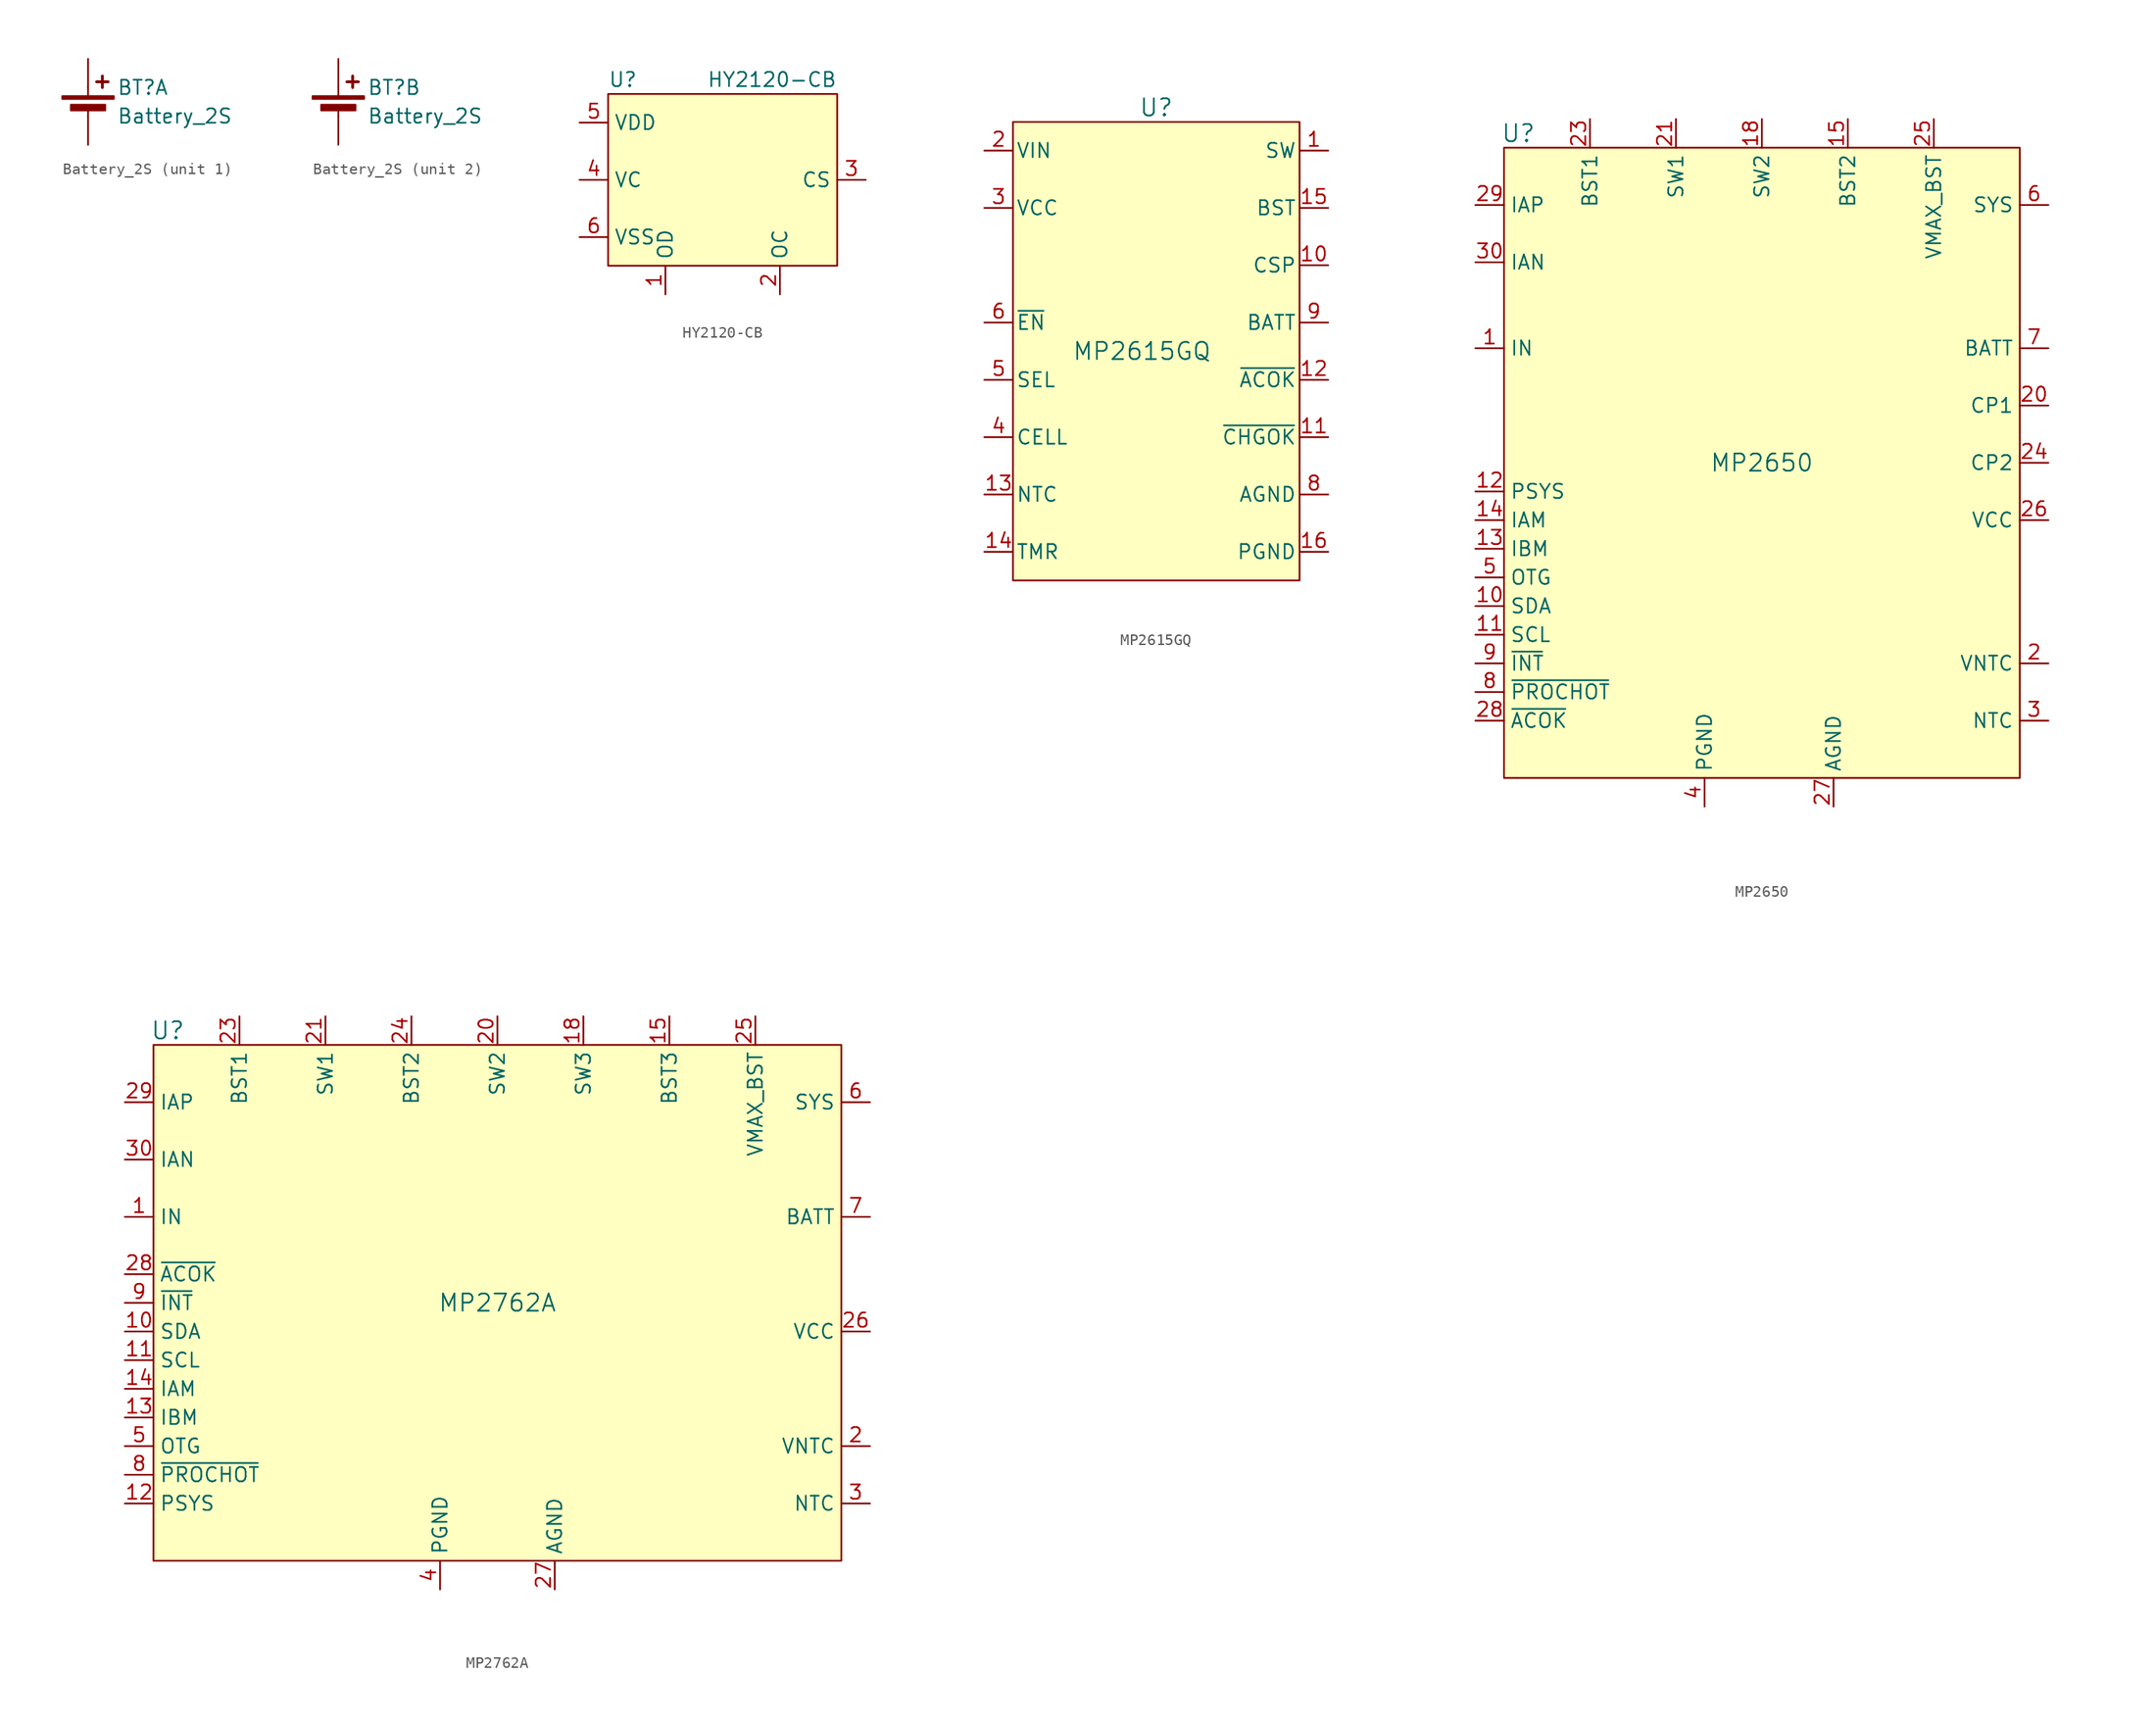
<source format=kicad_sym>
(kicad_symbol_lib
  (version 20220914)
  (generator kicad_symbol_editor)
  (symbol "Battery_2S"
    (pin_numbers hide)
    (pin_names
      (offset 0) hide)
    (property "Reference" "BT"
      (at 2.54 2.54 0)
      (effects (font (size 1.27 1.27)) (justify left)))
    (property "Value" "Battery_2S"
      (at 2.54 0 0)
      (effects (font (size 1.27 1.27)) (justify left)))
    (symbol "Battery_2S_0_1"
      (rectangle (start -2.286 1.778) (end 2.286 1.524) (stroke (width 0) (type default)) (fill (type outline)))
      (rectangle (start -1.524 1.016) (end 1.524 0.508) (stroke (width 0) (type default)) (fill (type outline)))
      (polyline (pts (xy 0 0.762) (xy 0 0)) (stroke (width 0) (type default)) (fill (type none)))
      (polyline (pts (xy 0 1.778) (xy 0 2.54)) (stroke (width 0) (type default)) (fill (type none)))
      (polyline (pts (xy 0.762 3.048) (xy 1.778 3.048)) (stroke (width 0.254) (type default)) (fill (type none)))
      (polyline (pts (xy 1.27 3.556) (xy 1.27 2.54)) (stroke (width 0.254) (type default)) (fill (type none))))
    (symbol "Battery_2S_1_1"
      (pin passive line (at 0 5.08 270) (length 2.54) (name "+" (effects (font (size 1.27 1.27)))) (number "1" (effects (font (size 1.27 1.27)))))
      (pin passive line (at 0 -2.54 90) (length 2.54) (name "-" (effects (font (size 1.27 1.27)))) (number "2" (effects (font (size 1.27 1.27))))))
    (symbol "Battery_2S_2_1"
      (pin passive line (at 0 5.08 270) (length 2.54) (name "+" (effects (font (size 1.27 1.27)))) (number "3" (effects (font (size 1.27 1.27)))))
      (pin passive line (at 0 -2.54 90) (length 2.54) (name "-" (effects (font (size 1.27 1.27)))) (number "4" (effects (font (size 1.27 1.27)))))))
  (symbol "HY2120-CB"
    (property "Reference" "U"
      (at -10.16 8.89 0)
      (effects (font (size 1.27 1.27)) (justify left)))
    (property "Value" "HY2120-CB"
      (at 10.16 8.89 0)
      (effects (font (size 1.27 1.27)) (justify right)))
    (symbol "HY2120-CB_1_1"
      (rectangle (start -10.16 7.62) (end 10.16 -7.62) (stroke (width 0) (type default)) (fill (type background)))
      (pin output line (at -5.08 -10.16 90) (length 2.54) (name "OD" (effects (font (size 1.27 1.27)))) (number "1" (effects (font (size 1.27 1.27)))))
      (pin output line (at 5.08 -10.16 90) (length 2.54) (name "OC" (effects (font (size 1.27 1.27)))) (number "2" (effects (font (size 1.27 1.27)))))
      (pin input line (at 12.7 0 180) (length 2.54) (name "CS" (effects (font (size 1.27 1.27)))) (number "3" (effects (font (size 1.27 1.27)))))
      (pin input line (at -12.7 0 0) (length 2.54) (name "VC" (effects (font (size 1.27 1.27)))) (number "4" (effects (font (size 1.27 1.27)))))
      (pin input line (at -12.7 5.08 0) (length 2.54) (name "VDD" (effects (font (size 1.27 1.27)))) (number "5" (effects (font (size 1.27 1.27)))))
      (pin input line (at -12.7 -5.08 0) (length 2.54) (name "VSS" (effects (font (size 1.27 1.27)))) (number "6" (effects (font (size 1.27 1.27)))))))
  (symbol "MP2615GQ"
    (pin_names
      (offset 0.254))
    (property "Reference" "U"
      (at 0 21.59 0)
      (effects (font (size 1.524 1.524))))
    (property "Value" "MP2615GQ"
      (at -1.27 0 0)
      (do_not_autoplace)
      (effects (font (size 1.524 1.524))))
    (symbol "MP2615GQ_1_1"
      (rectangle (start -12.7 20.32) (end 12.7 -20.32) (stroke (width 0) (type default)) (fill (type background)))
      (pin output line (at 15.24 17.78 180) (length 2.54) (name "SW" (effects (font (size 1.27 1.27)))) (number "1" (effects (font (size 1.27 1.27)))))
      (pin input line (at 15.24 7.62 180) (length 2.54) (name "CSP" (effects (font (size 1.27 1.27)))) (number "10" (effects (font (size 1.27 1.27)))))
      (pin open_collector line (at 15.24 -7.62 180) (length 2.54) (name "~{CHGOK}" (effects (font (size 1.27 1.27)))) (number "11" (effects (font (size 1.27 1.27)))))
      (pin open_collector line (at 15.24 -2.54 180) (length 2.54) (name "~{ACOK}" (effects (font (size 1.27 1.27)))) (number "12" (effects (font (size 1.27 1.27)))))
      (pin input line (at -15.24 -12.7 0) (length 2.54) (name "NTC" (effects (font (size 1.27 1.27)))) (number "13" (effects (font (size 1.27 1.27)))))
      (pin passive line (at -15.24 -17.78 0) (length 2.54) (name "TMR" (effects (font (size 1.27 1.27)))) (number "14" (effects (font (size 1.27 1.27)))))
      (pin passive line (at 15.24 12.7 180) (length 2.54) (name "BST" (effects (font (size 1.27 1.27)))) (number "15" (effects (font (size 1.27 1.27)))))
      (pin power_in line (at 15.24 -17.78 180) (length 2.54) (name "PGND" (effects (font (size 1.27 1.27)))) (number "16" (effects (font (size 1.27 1.27)))))
      (pin power_in line (at -15.24 17.78 0) (length 2.54) (name "VIN" (effects (font (size 1.27 1.27)))) (number "2" (effects (font (size 1.27 1.27)))))
      (pin power_out line (at -15.24 12.7 0) (length 2.54) (name "VCC" (effects (font (size 1.27 1.27)))) (number "3" (effects (font (size 1.27 1.27)))))
      (pin input line (at -15.24 -7.62 0) (length 2.54) (name "CELL" (effects (font (size 1.27 1.27)))) (number "4" (effects (font (size 1.27 1.27)))))
      (pin input line (at -15.24 -2.54 0) (length 2.54) (name "SEL" (effects (font (size 1.27 1.27)))) (number "5" (effects (font (size 1.27 1.27)))))
      (pin bidirectional line (at -15.24 2.54 0) (length 2.54) (name "~{EN}" (effects (font (size 1.27 1.27)))) (number "6" (effects (font (size 1.27 1.27)))))
      (pin no_connect line (at 0 -20.32 90) (length 0) hide (name "NC" (effects (font (size 1.27 1.27)))) (number "7" (effects (font (size 1.27 1.27)))))
      (pin power_in line (at 15.24 -12.7 180) (length 2.54) (name "AGND" (effects (font (size 1.27 1.27)))) (number "8" (effects (font (size 1.27 1.27)))))
      (pin power_in line (at 15.24 2.54 180) (length 2.54) (name "BATT" (effects (font (size 1.27 1.27)))) (number "9" (effects (font (size 1.27 1.27)))))))
  (symbol "MP2650"
    (property "Reference" "U"
      (at -21.59 29.21 0)
      (effects (font (size 1.524 1.524))))
    (property "Value" "MP2650"
      (at 0 0 0)
      (do_not_autoplace)
      (effects (font (size 1.524 1.524))))
    (symbol "MP2650_0_1"
      (pin output line (at -25.4 -2.54 0) (length 2.54) (name "PSYS" (effects (font (size 1.27 1.27)))) (number "12" (effects (font (size 1.27 1.27)))))
      (pin output line (at -25.4 -7.62 0) (length 2.54) (name "IBM" (effects (font (size 1.27 1.27)))) (number "13" (effects (font (size 1.27 1.27)))))
      (pin output line (at -25.4 -5.08 0) (length 2.54) (name "IAM" (effects (font (size 1.27 1.27)))) (number "14" (effects (font (size 1.27 1.27)))))
      (pin power_in line (at 6.35 -30.48 90) (length 2.54) (name "AGND" (effects (font (size 1.27 1.27)))) (number "27" (effects (font (size 1.27 1.27)))))
      (pin power_in line (at -5.08 -30.48 90) (length 2.54) (name "PGND" (effects (font (size 1.27 1.27)))) (number "4" (effects (font (size 1.27 1.27))))))
    (symbol "MP2650_1_1"
      (rectangle (start -22.86 27.94) (end 22.86 -27.94) (stroke (width 0) (type default)) (fill (type background)))
      (pin power_in line (at -25.4 10.16 0) (length 2.54) (name "IN" (effects (font (size 1.27 1.27)))) (number "1" (effects (font (size 1.27 1.27)))))
      (pin bidirectional line (at -25.4 -12.7 0) (length 2.54) (name "SDA" (effects (font (size 1.27 1.27)))) (number "10" (effects (font (size 1.27 1.27)))))
      (pin bidirectional line (at -25.4 -15.24 0) (length 2.54) (name "SCL" (effects (font (size 1.27 1.27)))) (number "11" (effects (font (size 1.27 1.27)))))
      (pin passive line (at 7.62 30.48 270) (length 2.54) (name "BST2" (effects (font (size 1.27 1.27)))) (number "15" (effects (font (size 1.27 1.27)))))
      (pin passive line (at 25.4 10.16 180) (length 2.54) hide (name "BATT" (effects (font (size 1.27 1.27)))) (number "16" (effects (font (size 1.27 1.27)))))
      (pin passive line (at 25.4 22.86 180) (length 2.54) hide (name "SYS" (effects (font (size 1.27 1.27)))) (number "17" (effects (font (size 1.27 1.27)))))
      (pin passive line (at 0 30.48 270) (length 2.54) (name "SW2" (effects (font (size 1.27 1.27)))) (number "18" (effects (font (size 1.27 1.27)))))
      (pin power_in line (at -5.08 -30.48 90) (length 2.54) hide (name "PGND" (effects (font (size 1.27 1.27)))) (number "19" (effects (font (size 1.27 1.27)))))
      (pin passive line (at 25.4 -17.78 180) (length 2.54) (name "VNTC" (effects (font (size 1.27 1.27)))) (number "2" (effects (font (size 1.27 1.27)))))
      (pin passive line (at 25.4 5.08 180) (length 2.54) (name "CP1" (effects (font (size 1.27 1.27)))) (number "20" (effects (font (size 1.27 1.27)))))
      (pin passive line (at -7.62 30.48 270) (length 2.54) (name "SW1" (effects (font (size 1.27 1.27)))) (number "21" (effects (font (size 1.27 1.27)))))
      (pin passive line (at -25.4 10.16 0) (length 2.54) hide (name "IN" (effects (font (size 1.27 1.27)))) (number "22" (effects (font (size 1.27 1.27)))))
      (pin passive line (at -15.24 30.48 270) (length 2.54) (name "BST1" (effects (font (size 1.27 1.27)))) (number "23" (effects (font (size 1.27 1.27)))))
      (pin passive line (at 25.4 0 180) (length 2.54) (name "CP2" (effects (font (size 1.27 1.27)))) (number "24" (effects (font (size 1.27 1.27)))))
      (pin passive line (at 15.24 30.48 270) (length 2.54) (name "VMAX_BST" (effects (font (size 1.27 1.27)))) (number "25" (effects (font (size 1.27 1.27)))))
      (pin power_out line (at 25.4 -5.08 180) (length 2.54) (name "VCC" (effects (font (size 1.27 1.27)))) (number "26" (effects (font (size 1.27 1.27)))))
      (pin output line (at -25.4 -22.86 0) (length 2.54) (name "~{ACOK}" (effects (font (size 1.27 1.27)))) (number "28" (effects (font (size 1.27 1.27)))))
      (pin input line (at -25.4 22.86 0) (length 2.54) (name "IAP" (effects (font (size 1.27 1.27)))) (number "29" (effects (font (size 1.27 1.27)))))
      (pin passive line (at 25.4 -22.86 180) (length 2.54) (name "NTC" (effects (font (size 1.27 1.27)))) (number "3" (effects (font (size 1.27 1.27)))))
      (pin input line (at -25.4 17.78 0) (length 2.54) (name "IAN" (effects (font (size 1.27 1.27)))) (number "30" (effects (font (size 1.27 1.27)))))
      (pin input line (at -25.4 -10.16 0) (length 2.54) (name "OTG" (effects (font (size 1.27 1.27)))) (number "5" (effects (font (size 1.27 1.27)))))
      (pin power_out line (at 25.4 22.86 180) (length 2.54) (name "SYS" (effects (font (size 1.27 1.27)))) (number "6" (effects (font (size 1.27 1.27)))))
      (pin bidirectional line (at 25.4 10.16 180) (length 2.54) (name "BATT" (effects (font (size 1.27 1.27)))) (number "7" (effects (font (size 1.27 1.27)))))
      (pin output line (at -25.4 -20.32 0) (length 2.54) (name "~{PROCHOT}" (effects (font (size 1.27 1.27)))) (number "8" (effects (font (size 1.27 1.27)))))
      (pin output line (at -25.4 -17.78 0) (length 2.54) (name "~{INT}" (effects (font (size 1.27 1.27)))) (number "9" (effects (font (size 1.27 1.27)))))))
  (symbol "MP2762A"
    (property "Reference" "U"
      (at -29.21 24.13 0)
      (effects (font (size 1.524 1.524))))
    (property "Value" "MP2762A"
      (at 0 0 0)
      (do_not_autoplace)
      (effects (font (size 1.524 1.524))))
    (symbol "MP2762A_0_1"
      (pin output line (at -33.02 -17.78 0) (length 2.54) (name "PSYS" (effects (font (size 1.27 1.27)))) (number "12" (effects (font (size 1.27 1.27)))))
      (pin output line (at -33.02 -10.16 0) (length 2.54) (name "IBM" (effects (font (size 1.27 1.27)))) (number "13" (effects (font (size 1.27 1.27)))))
      (pin output line (at -33.02 -7.62 0) (length 2.54) (name "IAM" (effects (font (size 1.27 1.27)))) (number "14" (effects (font (size 1.27 1.27)))))
      (pin power_in line (at 5.08 -25.4 90) (length 2.54) (name "AGND" (effects (font (size 1.27 1.27)))) (number "27" (effects (font (size 1.27 1.27)))))
      (pin power_in line (at -5.08 -25.4 90) (length 2.54) (name "PGND" (effects (font (size 1.27 1.27)))) (number "4" (effects (font (size 1.27 1.27))))))
    (symbol "MP2762A_1_1"
      (rectangle (start -30.48 22.86) (end 30.48 -22.86) (stroke (width 0) (type default)) (fill (type background)))
      (pin power_in line (at -33.02 7.62 0) (length 2.54) (name "IN" (effects (font (size 1.27 1.27)))) (number "1" (effects (font (size 1.27 1.27)))))
      (pin bidirectional line (at -33.02 -2.54 0) (length 2.54) (name "SDA" (effects (font (size 1.27 1.27)))) (number "10" (effects (font (size 1.27 1.27)))))
      (pin bidirectional line (at -33.02 -5.08 0) (length 2.54) (name "SCL" (effects (font (size 1.27 1.27)))) (number "11" (effects (font (size 1.27 1.27)))))
      (pin passive line (at 15.24 25.4 270) (length 2.54) (name "BST3" (effects (font (size 1.27 1.27)))) (number "15" (effects (font (size 1.27 1.27)))))
      (pin passive line (at 33.02 7.62 180) (length 2.54) hide (name "BATT" (effects (font (size 1.27 1.27)))) (number "16" (effects (font (size 1.27 1.27)))))
      (pin passive line (at 33.02 17.78 180) (length 2.54) hide (name "SYS" (effects (font (size 1.27 1.27)))) (number "17" (effects (font (size 1.27 1.27)))))
      (pin passive line (at 7.62 25.4 270) (length 2.54) (name "SW3" (effects (font (size 1.27 1.27)))) (number "18" (effects (font (size 1.27 1.27)))))
      (pin power_in line (at -5.08 -25.4 90) (length 2.54) hide (name "PGND" (effects (font (size 1.27 1.27)))) (number "19" (effects (font (size 1.27 1.27)))))
      (pin passive line (at 33.02 -12.7 180) (length 2.54) (name "VNTC" (effects (font (size 1.27 1.27)))) (number "2" (effects (font (size 1.27 1.27)))))
      (pin passive line (at 0 25.4 270) (length 2.54) (name "SW2" (effects (font (size 1.27 1.27)))) (number "20" (effects (font (size 1.27 1.27)))))
      (pin passive line (at -15.24 25.4 270) (length 2.54) (name "SW1" (effects (font (size 1.27 1.27)))) (number "21" (effects (font (size 1.27 1.27)))))
      (pin passive line (at -33.02 7.62 0) (length 2.54) hide (name "IN" (effects (font (size 1.27 1.27)))) (number "22" (effects (font (size 1.27 1.27)))))
      (pin passive line (at -22.86 25.4 270) (length 2.54) (name "BST1" (effects (font (size 1.27 1.27)))) (number "23" (effects (font (size 1.27 1.27)))))
      (pin passive line (at -7.62 25.4 270) (length 2.54) (name "BST2" (effects (font (size 1.27 1.27)))) (number "24" (effects (font (size 1.27 1.27)))))
      (pin passive line (at 22.86 25.4 270) (length 2.54) (name "VMAX_BST" (effects (font (size 1.27 1.27)))) (number "25" (effects (font (size 1.27 1.27)))))
      (pin power_out line (at 33.02 -2.54 180) (length 2.54) (name "VCC" (effects (font (size 1.27 1.27)))) (number "26" (effects (font (size 1.27 1.27)))))
      (pin output line (at -33.02 2.54 0) (length 2.54) (name "~{ACOK}" (effects (font (size 1.27 1.27)))) (number "28" (effects (font (size 1.27 1.27)))))
      (pin input line (at -33.02 17.78 0) (length 2.54) (name "IAP" (effects (font (size 1.27 1.27)))) (number "29" (effects (font (size 1.27 1.27)))))
      (pin passive line (at 33.02 -17.78 180) (length 2.54) (name "NTC" (effects (font (size 1.27 1.27)))) (number "3" (effects (font (size 1.27 1.27)))))
      (pin input line (at -33.02 12.7 0) (length 2.54) (name "IAN" (effects (font (size 1.27 1.27)))) (number "30" (effects (font (size 1.27 1.27)))))
      (pin input line (at -33.02 -12.7 0) (length 2.54) (name "OTG" (effects (font (size 1.27 1.27)))) (number "5" (effects (font (size 1.27 1.27)))))
      (pin power_out line (at 33.02 17.78 180) (length 2.54) (name "SYS" (effects (font (size 1.27 1.27)))) (number "6" (effects (font (size 1.27 1.27)))))
      (pin bidirectional line (at 33.02 7.62 180) (length 2.54) (name "BATT" (effects (font (size 1.27 1.27)))) (number "7" (effects (font (size 1.27 1.27)))))
      (pin output line (at -33.02 -15.24 0) (length 2.54) (name "~{PROCHOT}" (effects (font (size 1.27 1.27)))) (number "8" (effects (font (size 1.27 1.27)))))
      (pin output line (at -33.02 0 0) (length 2.54) (name "~{INT}" (effects (font (size 1.27 1.27)))) (number "9" (effects (font (size 1.27 1.27))))))))
</source>
